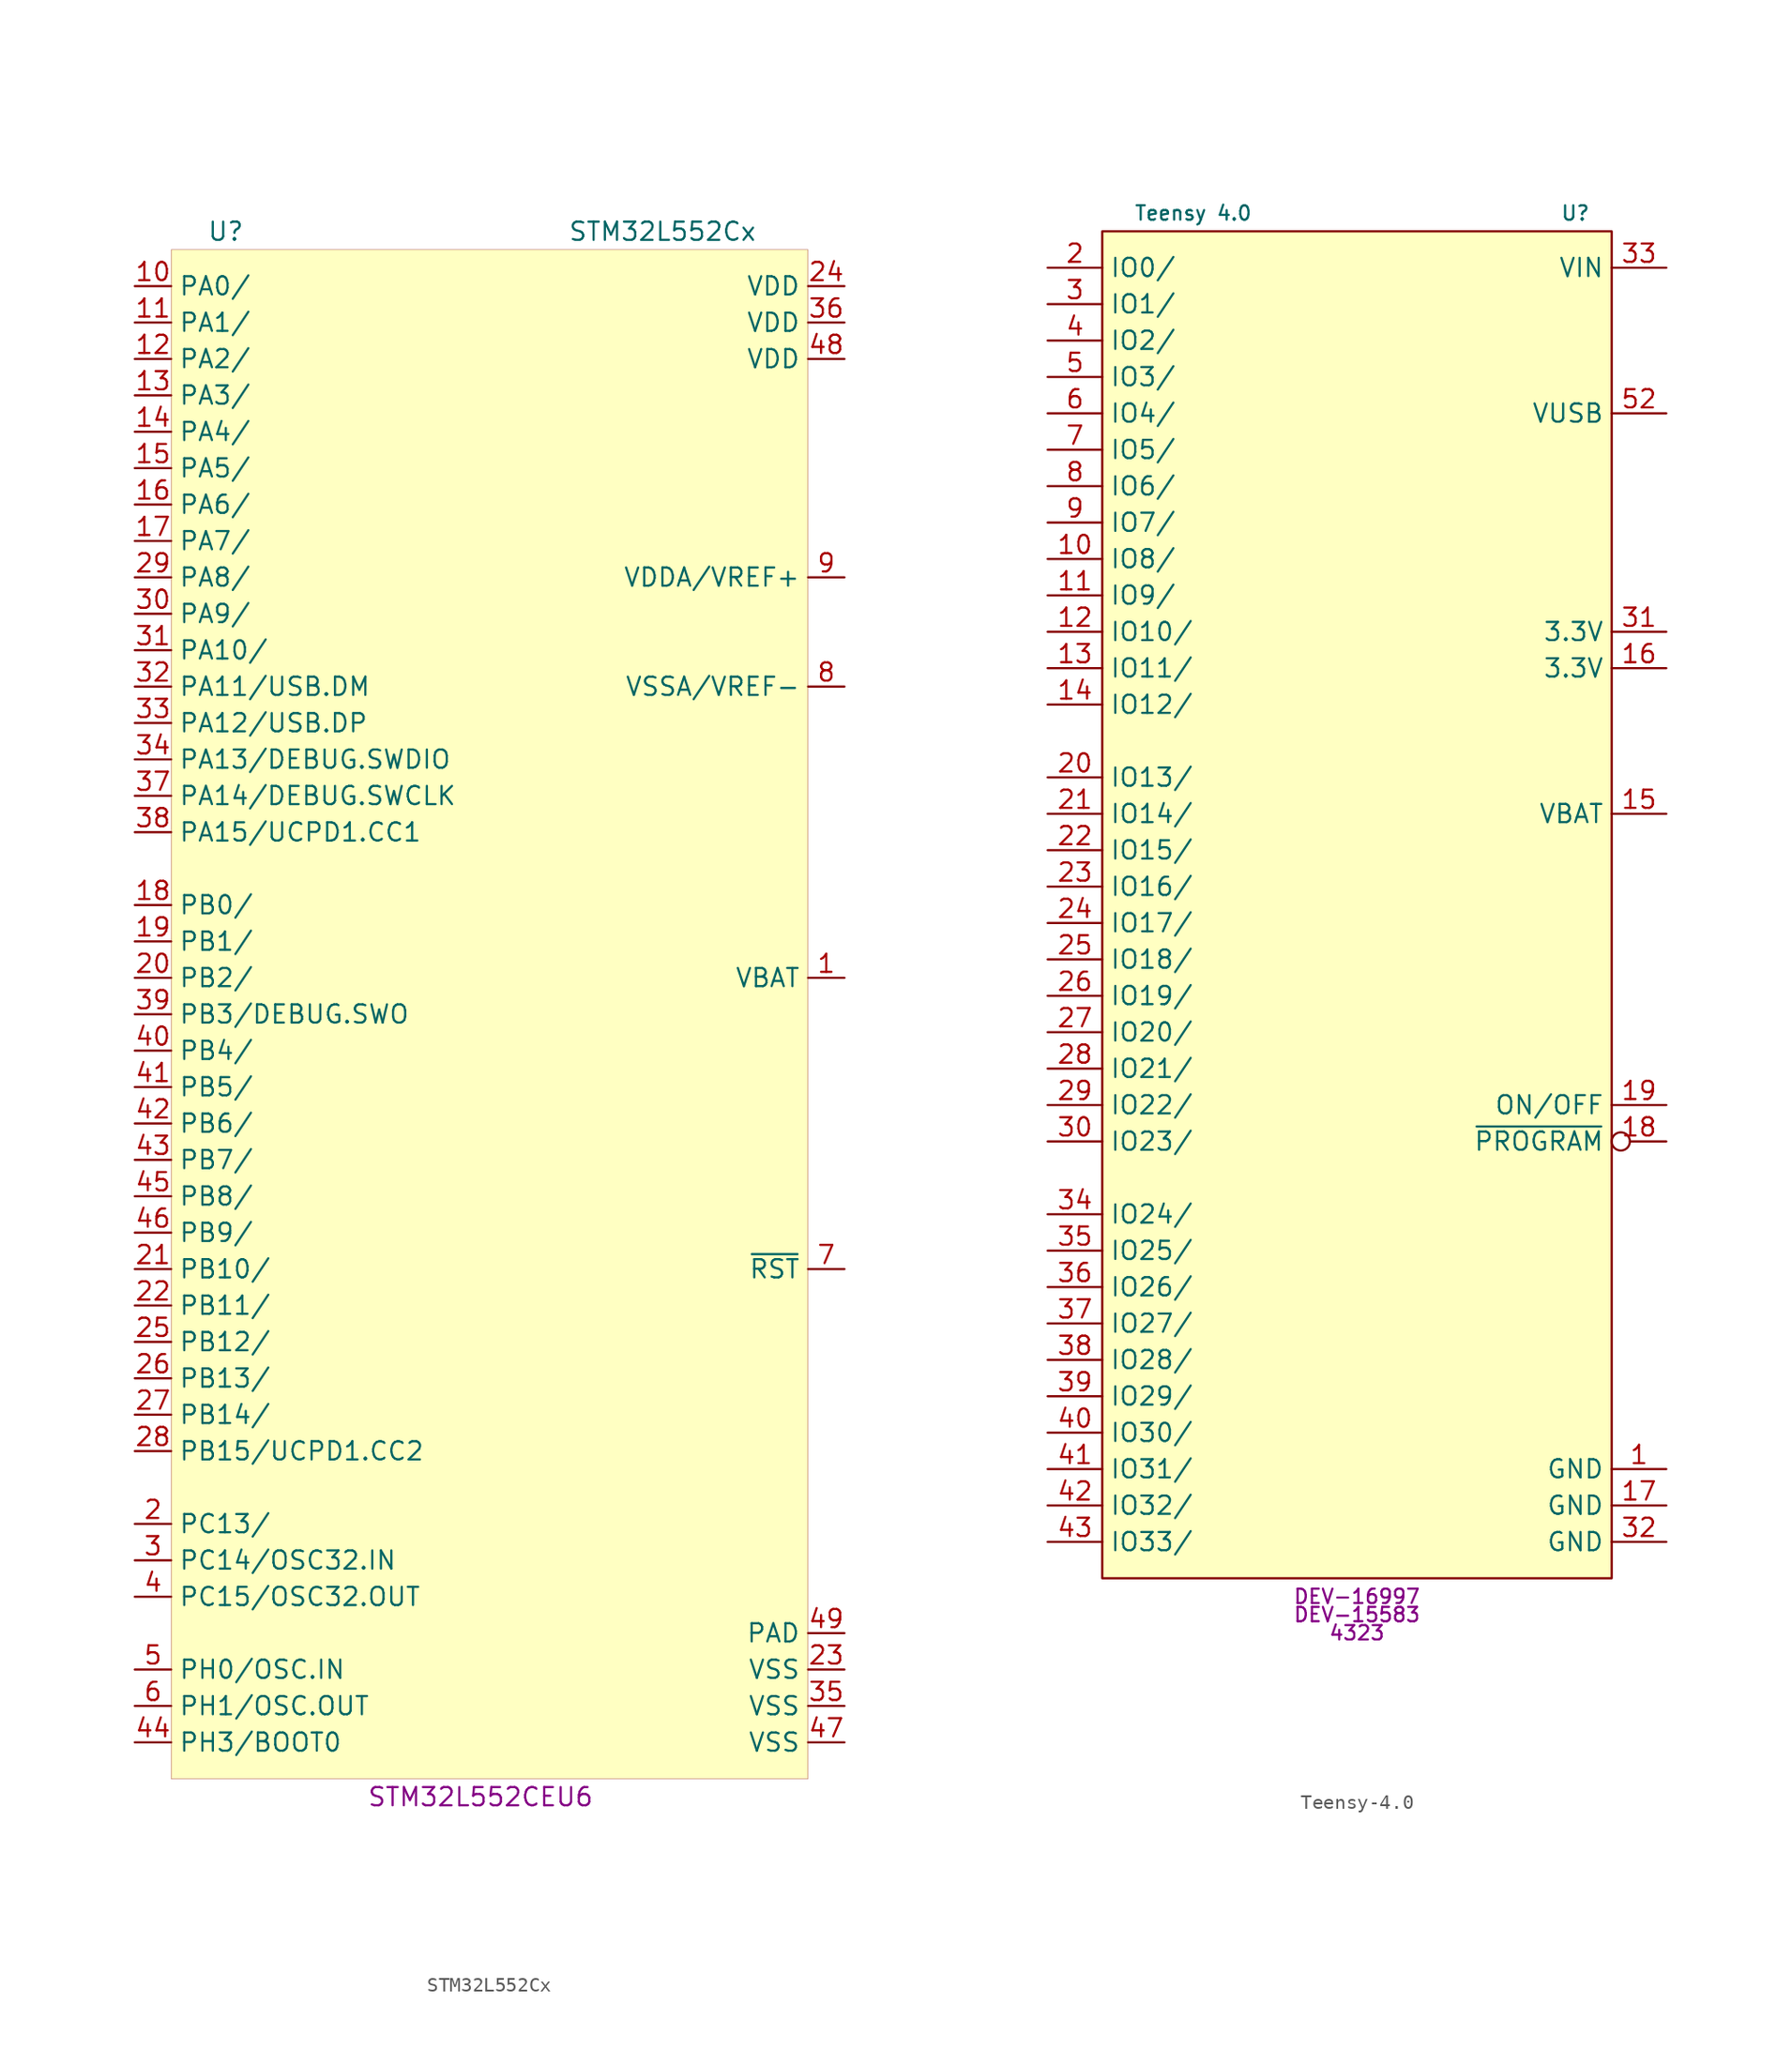
<source format=kicad_sym>
(kicad_symbol_lib
  (version 20231120)
  (generator "kicad_symbol_editor")
  (generator_version "8.0")
  (symbol "STM32L552Cx"
    (property "Reference" "U"
      (at -17.78 52.07 0)
      (effects (font (size 1.27 1.27))))
    (property "Value" "STM32L552Cx"
      (at 12.7 52.07 0)
      (effects (font (size 1.27 1.27))))
    (property "MPN" "STM32L552CEU6"
      (at 0 -57.15 0)
      (effects (font (size 1.27 1.27))))
    (symbol "STM32L552Cx_0_1"
      (rectangle (start -21.59 50.8) (end 22.86 -55.88) (stroke (width 0.001) (type default)) (fill (type background))))
    (symbol "STM32L552Cx_1_1"
      (pin power_in line (at 25.4 0 180) (length 2.54) (name "VBAT" (effects (font (size 1.27 1.27)))) (number "1" (effects (font (size 1.27 1.27)))))
      (pin bidirectional line (at -24.13 48.26 0) (length 2.54) (name "PA0/" (effects (font (size 1.27 1.27)))) (number "10" (effects (font (size 1.27 1.27)))))
      (pin bidirectional line (at -24.13 45.72 0) (length 2.54) (name "PA1/" (effects (font (size 1.27 1.27)))) (number "11" (effects (font (size 1.27 1.27)))))
      (pin bidirectional line (at -24.13 43.18 0) (length 2.54) (name "PA2/" (effects (font (size 1.27 1.27)))) (number "12" (effects (font (size 1.27 1.27)))))
      (pin bidirectional line (at -24.13 40.64 0) (length 2.54) (name "PA3/" (effects (font (size 1.27 1.27)))) (number "13" (effects (font (size 1.27 1.27)))))
      (pin bidirectional line (at -24.13 38.1 0) (length 2.54) (name "PA4/" (effects (font (size 1.27 1.27)))) (number "14" (effects (font (size 1.27 1.27)))))
      (pin bidirectional line (at -24.13 35.56 0) (length 2.54) (name "PA5/" (effects (font (size 1.27 1.27)))) (number "15" (effects (font (size 1.27 1.27)))))
      (pin bidirectional line (at -24.13 33.02 0) (length 2.54) (name "PA6/" (effects (font (size 1.27 1.27)))) (number "16" (effects (font (size 1.27 1.27)))))
      (pin bidirectional line (at -24.13 30.48 0) (length 2.54) (name "PA7/" (effects (font (size 1.27 1.27)))) (number "17" (effects (font (size 1.27 1.27)))))
      (pin bidirectional line (at -24.13 5.08 0) (length 2.54) (name "PB0/" (effects (font (size 1.27 1.27)))) (number "18" (effects (font (size 1.27 1.27)))))
      (pin bidirectional line (at -24.13 2.54 0) (length 2.54) (name "PB1/" (effects (font (size 1.27 1.27)))) (number "19" (effects (font (size 1.27 1.27)))))
      (pin bidirectional line (at -24.13 -38.1 0) (length 2.54) (name "PC13/" (effects (font (size 1.27 1.27)))) (number "2" (effects (font (size 1.27 1.27)))))
      (pin bidirectional line (at -24.13 0 0) (length 2.54) (name "PB2/" (effects (font (size 1.27 1.27)))) (number "20" (effects (font (size 1.27 1.27)))))
      (pin bidirectional line (at -24.13 -20.32 0) (length 2.54) (name "PB10/" (effects (font (size 1.27 1.27)))) (number "21" (effects (font (size 1.27 1.27)))))
      (pin bidirectional line (at -24.13 -22.86 0) (length 2.54) (name "PB11/" (effects (font (size 1.27 1.27)))) (number "22" (effects (font (size 1.27 1.27)))))
      (pin power_in line (at 25.4 -48.26 180) (length 2.54) (name "VSS" (effects (font (size 1.27 1.27)))) (number "23" (effects (font (size 1.27 1.27)))))
      (pin power_in line (at 25.4 48.26 180) (length 2.54) (name "VDD" (effects (font (size 1.27 1.27)))) (number "24" (effects (font (size 1.27 1.27)))))
      (pin bidirectional line (at -24.13 -25.4 0) (length 2.54) (name "PB12/" (effects (font (size 1.27 1.27)))) (number "25" (effects (font (size 1.27 1.27)))))
      (pin bidirectional line (at -24.13 -27.94 0) (length 2.54) (name "PB13/" (effects (font (size 1.27 1.27)))) (number "26" (effects (font (size 1.27 1.27)))))
      (pin bidirectional line (at -24.13 -30.48 0) (length 2.54) (name "PB14/" (effects (font (size 1.27 1.27)))) (number "27" (effects (font (size 1.27 1.27)))))
      (pin bidirectional line (at -24.13 -33.02 0) (length 2.54) (name "PB15/UCPD1.CC2" (effects (font (size 1.27 1.27)))) (number "28" (effects (font (size 1.27 1.27)))))
      (pin bidirectional line (at -24.13 27.94 0) (length 2.54) (name "PA8/" (effects (font (size 1.27 1.27)))) (number "29" (effects (font (size 1.27 1.27)))))
      (pin bidirectional line (at -24.13 -40.64 0) (length 2.54) (name "PC14/OSC32.IN" (effects (font (size 1.27 1.27)))) (number "3" (effects (font (size 1.27 1.27)))))
      (pin bidirectional line (at -24.13 25.4 0) (length 2.54) (name "PA9/" (effects (font (size 1.27 1.27)))) (number "30" (effects (font (size 1.27 1.27)))))
      (pin bidirectional line (at -24.13 22.86 0) (length 2.54) (name "PA10/" (effects (font (size 1.27 1.27)))) (number "31" (effects (font (size 1.27 1.27)))))
      (pin bidirectional line (at -24.13 20.32 0) (length 2.54) (name "PA11/USB.DM" (effects (font (size 1.27 1.27)))) (number "32" (effects (font (size 1.27 1.27)))))
      (pin bidirectional line (at -24.13 17.78 0) (length 2.54) (name "PA12/USB.DP" (effects (font (size 1.27 1.27)))) (number "33" (effects (font (size 1.27 1.27)))))
      (pin bidirectional line (at -24.13 15.24 0) (length 2.54) (name "PA13/DEBUG.SWDIO" (effects (font (size 1.27 1.27)))) (number "34" (effects (font (size 1.27 1.27)))))
      (pin power_in line (at 25.4 -50.8 180) (length 2.54) (name "VSS" (effects (font (size 1.27 1.27)))) (number "35" (effects (font (size 1.27 1.27)))))
      (pin power_in line (at 25.4 45.72 180) (length 2.54) (name "VDD" (effects (font (size 1.27 1.27)))) (number "36" (effects (font (size 1.27 1.27)))))
      (pin bidirectional line (at -24.13 12.7 0) (length 2.54) (name "PA14/DEBUG.SWCLK" (effects (font (size 1.27 1.27)))) (number "37" (effects (font (size 1.27 1.27)))))
      (pin bidirectional line (at -24.13 10.16 0) (length 2.54) (name "PA15/UCPD1.CC1" (effects (font (size 1.27 1.27)))) (number "38" (effects (font (size 1.27 1.27)))))
      (pin bidirectional line (at -24.13 -2.54 0) (length 2.54) (name "PB3/DEBUG.SWO" (effects (font (size 1.27 1.27)))) (number "39" (effects (font (size 1.27 1.27)))))
      (pin bidirectional line (at -24.13 -43.18 0) (length 2.54) (name "PC15/OSC32.OUT" (effects (font (size 1.27 1.27)))) (number "4" (effects (font (size 1.27 1.27)))))
      (pin bidirectional line (at -24.13 -5.08 0) (length 2.54) (name "PB4/" (effects (font (size 1.27 1.27)))) (number "40" (effects (font (size 1.27 1.27)))))
      (pin bidirectional line (at -24.13 -7.62 0) (length 2.54) (name "PB5/" (effects (font (size 1.27 1.27)))) (number "41" (effects (font (size 1.27 1.27)))))
      (pin bidirectional line (at -24.13 -10.16 0) (length 2.54) (name "PB6/" (effects (font (size 1.27 1.27)))) (number "42" (effects (font (size 1.27 1.27)))))
      (pin bidirectional line (at -24.13 -12.7 0) (length 2.54) (name "PB7/" (effects (font (size 1.27 1.27)))) (number "43" (effects (font (size 1.27 1.27)))))
      (pin bidirectional line (at -24.13 -53.34 0) (length 2.54) (name "PH3/BOOT0" (effects (font (size 1.27 1.27)))) (number "44" (effects (font (size 1.27 1.27)))))
      (pin bidirectional line (at -24.13 -15.24 0) (length 2.54) (name "PB8/" (effects (font (size 1.27 1.27)))) (number "45" (effects (font (size 1.27 1.27)))))
      (pin bidirectional line (at -24.13 -17.78 0) (length 2.54) (name "PB9/" (effects (font (size 1.27 1.27)))) (number "46" (effects (font (size 1.27 1.27)))))
      (pin power_in line (at 25.4 -53.34 180) (length 2.54) (name "VSS" (effects (font (size 1.27 1.27)))) (number "47" (effects (font (size 1.27 1.27)))))
      (pin power_in line (at 25.4 43.18 180) (length 2.54) (name "VDD" (effects (font (size 1.27 1.27)))) (number "48" (effects (font (size 1.27 1.27)))))
      (pin power_in line (at 25.4 -45.72 180) (length 2.54) (name "PAD" (effects (font (size 1.27 1.27)))) (number "49" (effects (font (size 1.27 1.27)))))
      (pin bidirectional line (at -24.13 -48.26 0) (length 2.54) (name "PH0/OSC.IN" (effects (font (size 1.27 1.27)))) (number "5" (effects (font (size 1.27 1.27)))))
      (pin bidirectional line (at -24.13 -50.8 0) (length 2.54) (name "PH1/OSC.OUT" (effects (font (size 1.27 1.27)))) (number "6" (effects (font (size 1.27 1.27)))))
      (pin input line (at 25.4 -20.32 180) (length 2.54) (name "~{RST}" (effects (font (size 1.27 1.27)))) (number "7" (effects (font (size 1.27 1.27)))))
      (pin power_in line (at 25.4 20.32 180) (length 2.54) (name "VSSA/VREF-" (effects (font (size 1.27 1.27)))) (number "8" (effects (font (size 1.27 1.27)))))
      (pin power_in line (at 25.4 27.94 180) (length 2.54) (name "VDDA/VREF+" (effects (font (size 1.27 1.27)))) (number "9" (effects (font (size 1.27 1.27)))))))
  (symbol "Teensy-4.0"
    (property "Reference" "U"
      (at 15.24 50.8 0)
      (effects (font (size 1 1))))
    (property "Value" "Teensy 4.0"
      (at -11.43 50.8 0)
      (effects (font (size 1 1))))
    (property "MPN" "DEV-16997"
      (at 0 -45.72 0)
      (effects (font (size 1 1))))
    (property "MPN2" "DEV-15583"
      (at 0 -46.99 0)
      (effects (font (size 1 1))))
    (property "MPN3" "4323"
      (at 0 -48.26 0)
      (effects (font (size 1 1))))
    (symbol "Teensy-4.0_1_1"
      (rectangle (start -17.78 49.53) (end 17.78 -44.45) (stroke (width 0) (type default)) (fill (type background)))
      (pin power_in line (at 21.59 -36.83 180) (length 3.81) (name "GND" (effects (font (size 1.27 1.27)))) (number "1" (effects (font (size 1.27 1.27)))))
      (pin bidirectional line (at -21.59 26.67 0) (length 3.81) (name "IO8/" (effects (font (size 1.27 1.27)))) (number "10" (effects (font (size 1.27 1.27)))))
      (pin bidirectional line (at -21.59 24.13 0) (length 3.81) (name "IO9/" (effects (font (size 1.27 1.27)))) (number "11" (effects (font (size 1.27 1.27)))))
      (pin bidirectional line (at -21.59 21.59 0) (length 3.81) (name "IO10/" (effects (font (size 1.27 1.27)))) (number "12" (effects (font (size 1.27 1.27)))))
      (pin bidirectional line (at -21.59 19.05 0) (length 3.81) (name "IO11/" (effects (font (size 1.27 1.27)))) (number "13" (effects (font (size 1.27 1.27)))))
      (pin bidirectional line (at -21.59 16.51 0) (length 3.81) (name "IO12/" (effects (font (size 1.27 1.27)))) (number "14" (effects (font (size 1.27 1.27)))))
      (pin power_in line (at 21.59 8.89 180) (length 3.81) (name "VBAT" (effects (font (size 1.27 1.27)))) (number "15" (effects (font (size 1.27 1.27)))))
      (pin power_out line (at 21.59 19.05 180) (length 3.81) (name "3.3V" (effects (font (size 1.27 1.27)))) (number "16" (effects (font (size 1.27 1.27)))))
      (pin power_in line (at 21.59 -39.37 180) (length 3.81) (name "GND" (effects (font (size 1.27 1.27)))) (number "17" (effects (font (size 1.27 1.27)))))
      (pin input inverted (at 21.59 -13.97 180) (length 3.81) (name "~{PROGRAM}" (effects (font (size 1.27 1.27)))) (number "18" (effects (font (size 1.27 1.27)))))
      (pin input line (at 21.59 -11.43 180) (length 3.81) (name "ON/OFF" (effects (font (size 1.27 1.27)))) (number "19" (effects (font (size 1.27 1.27)))))
      (pin bidirectional line (at -21.59 46.99 0) (length 3.81) (name "IO0/" (effects (font (size 1.27 1.27)))) (number "2" (effects (font (size 1.27 1.27)))))
      (pin bidirectional line (at -21.59 11.43 0) (length 3.81) (name "IO13/" (effects (font (size 1.27 1.27)))) (number "20" (effects (font (size 1.27 1.27)))))
      (pin bidirectional line (at -21.59 8.89 0) (length 3.81) (name "IO14/" (effects (font (size 1.27 1.27)))) (number "21" (effects (font (size 1.27 1.27)))))
      (pin bidirectional line (at -21.59 6.35 0) (length 3.81) (name "IO15/" (effects (font (size 1.27 1.27)))) (number "22" (effects (font (size 1.27 1.27)))))
      (pin bidirectional line (at -21.59 3.81 0) (length 3.81) (name "IO16/" (effects (font (size 1.27 1.27)))) (number "23" (effects (font (size 1.27 1.27)))))
      (pin bidirectional line (at -21.59 1.27 0) (length 3.81) (name "IO17/" (effects (font (size 1.27 1.27)))) (number "24" (effects (font (size 1.27 1.27)))))
      (pin bidirectional line (at -21.59 -1.27 0) (length 3.81) (name "IO18/" (effects (font (size 1.27 1.27)))) (number "25" (effects (font (size 1.27 1.27)))))
      (pin bidirectional line (at -21.59 -3.81 0) (length 3.81) (name "IO19/" (effects (font (size 1.27 1.27)))) (number "26" (effects (font (size 1.27 1.27)))))
      (pin bidirectional line (at -21.59 -6.35 0) (length 3.81) (name "IO20/" (effects (font (size 1.27 1.27)))) (number "27" (effects (font (size 1.27 1.27)))))
      (pin bidirectional line (at -21.59 -8.89 0) (length 3.81) (name "IO21/" (effects (font (size 1.27 1.27)))) (number "28" (effects (font (size 1.27 1.27)))))
      (pin bidirectional line (at -21.59 -11.43 0) (length 3.81) (name "IO22/" (effects (font (size 1.27 1.27)))) (number "29" (effects (font (size 1.27 1.27)))))
      (pin bidirectional line (at -21.59 44.45 0) (length 3.81) (name "IO1/" (effects (font (size 1.27 1.27)))) (number "3" (effects (font (size 1.27 1.27)))))
      (pin bidirectional line (at -21.59 -13.97 0) (length 3.81) (name "IO23/" (effects (font (size 1.27 1.27)))) (number "30" (effects (font (size 1.27 1.27)))))
      (pin power_out line (at 21.59 21.59 180) (length 3.81) (name "3.3V" (effects (font (size 1.27 1.27)))) (number "31" (effects (font (size 1.27 1.27)))))
      (pin power_in line (at 21.59 -41.91 180) (length 3.81) (name "GND" (effects (font (size 1.27 1.27)))) (number "32" (effects (font (size 1.27 1.27)))))
      (pin power_in line (at 21.59 46.99 180) (length 3.81) (name "VIN" (effects (font (size 1.27 1.27)))) (number "33" (effects (font (size 1.27 1.27)))))
      (pin bidirectional line (at -21.59 -19.05 0) (length 3.81) (name "IO24/" (effects (font (size 1.27 1.27)))) (number "34" (effects (font (size 1.27 1.27)))))
      (pin bidirectional line (at -21.59 -21.59 0) (length 3.81) (name "IO25/" (effects (font (size 1.27 1.27)))) (number "35" (effects (font (size 1.27 1.27)))))
      (pin bidirectional line (at -21.59 -24.13 0) (length 3.81) (name "IO26/" (effects (font (size 1.27 1.27)))) (number "36" (effects (font (size 1.27 1.27)))))
      (pin bidirectional line (at -21.59 -26.67 0) (length 3.81) (name "IO27/" (effects (font (size 1.27 1.27)))) (number "37" (effects (font (size 1.27 1.27)))))
      (pin bidirectional line (at -21.59 -29.21 0) (length 3.81) (name "IO28/" (effects (font (size 1.27 1.27)))) (number "38" (effects (font (size 1.27 1.27)))))
      (pin bidirectional line (at -21.59 -31.75 0) (length 3.81) (name "IO29/" (effects (font (size 1.27 1.27)))) (number "39" (effects (font (size 1.27 1.27)))))
      (pin bidirectional line (at -21.59 41.91 0) (length 3.81) (name "IO2/" (effects (font (size 1.27 1.27)))) (number "4" (effects (font (size 1.27 1.27)))))
      (pin bidirectional line (at -21.59 -34.29 0) (length 3.81) (name "IO30/" (effects (font (size 1.27 1.27)))) (number "40" (effects (font (size 1.27 1.27)))))
      (pin bidirectional line (at -21.59 -36.83 0) (length 3.81) (name "IO31/" (effects (font (size 1.27 1.27)))) (number "41" (effects (font (size 1.27 1.27)))))
      (pin bidirectional line (at -21.59 -39.37 0) (length 3.81) (name "IO32/" (effects (font (size 1.27 1.27)))) (number "42" (effects (font (size 1.27 1.27)))))
      (pin bidirectional line (at -21.59 -41.91 0) (length 3.81) (name "IO33/" (effects (font (size 1.27 1.27)))) (number "43" (effects (font (size 1.27 1.27)))))
      (pin bidirectional line (at -21.59 39.37 0) (length 3.81) (name "IO3/" (effects (font (size 1.27 1.27)))) (number "5" (effects (font (size 1.27 1.27)))))
      (pin power_out line (at 21.59 36.83 180) (length 3.81) (name "VUSB" (effects (font (size 1.27 1.27)))) (number "52" (effects (font (size 1.27 1.27)))))
      (pin bidirectional line (at -21.59 36.83 0) (length 3.81) (name "IO4/" (effects (font (size 1.27 1.27)))) (number "6" (effects (font (size 1.27 1.27)))))
      (pin bidirectional line (at -21.59 34.29 0) (length 3.81) (name "IO5/" (effects (font (size 1.27 1.27)))) (number "7" (effects (font (size 1.27 1.27)))))
      (pin bidirectional line (at -21.59 31.75 0) (length 3.81) (name "IO6/" (effects (font (size 1.27 1.27)))) (number "8" (effects (font (size 1.27 1.27)))))
      (pin bidirectional line (at -21.59 29.21 0) (length 3.81) (name "IO7/" (effects (font (size 1.27 1.27)))) (number "9" (effects (font (size 1.27 1.27))))))))
</source>
